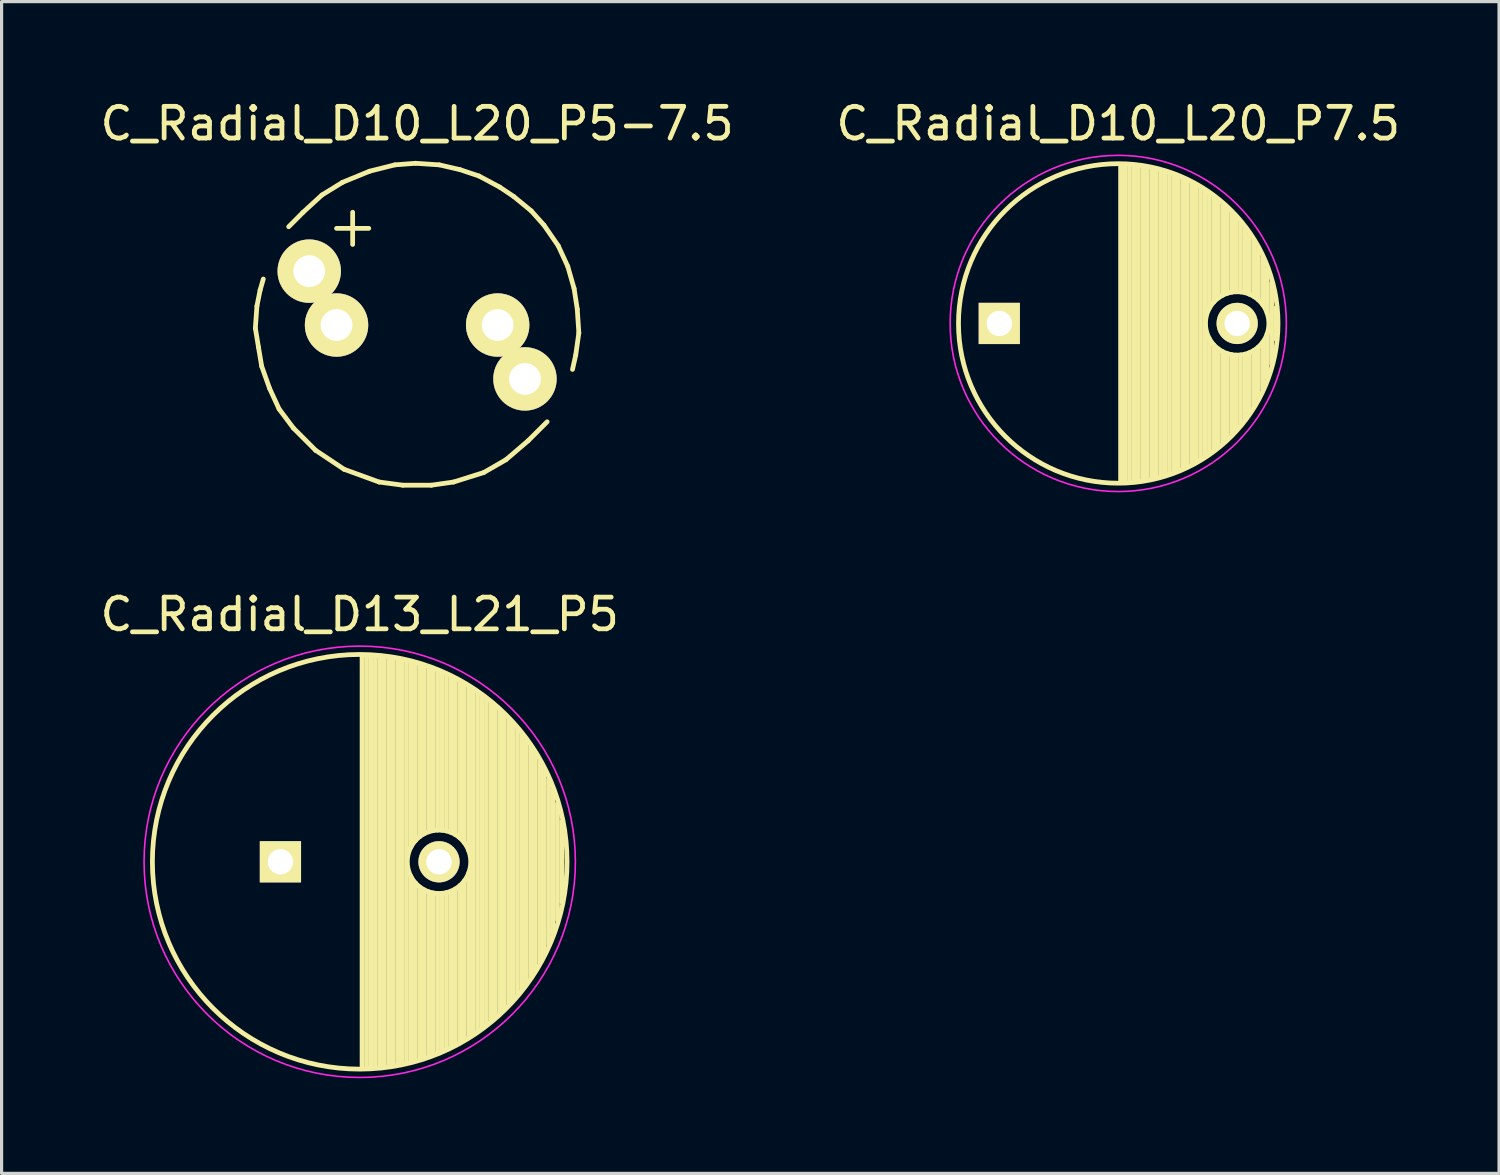
<source format=kicad_pcb>
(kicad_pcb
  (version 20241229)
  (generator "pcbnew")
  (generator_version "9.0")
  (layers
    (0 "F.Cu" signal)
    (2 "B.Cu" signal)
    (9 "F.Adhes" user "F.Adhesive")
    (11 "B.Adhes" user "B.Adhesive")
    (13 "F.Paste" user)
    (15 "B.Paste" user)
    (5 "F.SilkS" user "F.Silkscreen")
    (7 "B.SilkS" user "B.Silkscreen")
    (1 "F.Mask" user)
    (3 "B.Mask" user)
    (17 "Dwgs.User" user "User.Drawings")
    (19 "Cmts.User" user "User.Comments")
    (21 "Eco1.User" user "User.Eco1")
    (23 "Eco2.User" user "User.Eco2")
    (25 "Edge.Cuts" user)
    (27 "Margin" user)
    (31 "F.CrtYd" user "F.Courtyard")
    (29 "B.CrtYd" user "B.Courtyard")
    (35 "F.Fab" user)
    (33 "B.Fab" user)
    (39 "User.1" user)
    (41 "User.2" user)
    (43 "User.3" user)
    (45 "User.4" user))
  (footprint "C_Radial_D10_L20_P5-7.5"
    (layer "F.Cu")
    (at 10.101 7.198)
    (property "Reference" "C_Radial_D10_L20_P5-7.5" (at 0 -6.35 0) (layer "F.SilkS") (effects (font (size 1 1) (thickness 0.15))))
    (attr through_hole)
    (fp_line (start -5.1 0.099) (end -5.001 0.701) (stroke (width 0.15) (type solid)) (layer "F.SilkS"))
    (fp_line (start -5.05 -0.599) (end -5.1 0.099) (stroke (width 0.15) (type solid)) (layer "F.SilkS"))
    (fp_line (start -5.001 0.701) (end -4.9 1.3) (stroke (width 0.15) (type solid)) (layer "F.SilkS"))
    (fp_line (start -4.95 -1.1) (end -5.05 -0.599) (stroke (width 0.15) (type solid)) (layer "F.SilkS"))
    (fp_line (start -4.9 1.3) (end -4.651 1.999) (stroke (width 0.15) (type solid)) (layer "F.SilkS"))
    (fp_line (start -4.849 -1.45) (end -4.95 -1.1) (stroke (width 0.15) (type solid)) (layer "F.SilkS"))
    (fp_line (start -4.651 1.999) (end -4.351 2.649) (stroke (width 0.15) (type solid)) (layer "F.SilkS"))
    (fp_line (start -4.351 2.649) (end -3.899 3.251) (stroke (width 0.15) (type solid)) (layer "F.SilkS"))
    (fp_line (start -3.899 3.251) (end -3.2 3.95) (stroke (width 0.15) (type solid)) (layer "F.SilkS"))
    (fp_line (start -3.599 -3.551) (end -4.049 -3.099) (stroke (width 0.15) (type solid)) (layer "F.SilkS"))
    (fp_line (start -3.2 3.95) (end -2.301 4.549) (stroke (width 0.15) (type solid)) (layer "F.SilkS"))
    (fp_line (start -3 -4.1) (end -3.599 -3.551) (stroke (width 0.15) (type solid)) (layer "F.SilkS"))
    (fp_line (start -2.54 -3.048) (end -1.524 -3.048) (stroke (width 0.15) (type solid)) (layer "F.SilkS"))
    (fp_line (start -2.349 -4.501) (end -3 -4.1) (stroke (width 0.15) (type solid)) (layer "F.SilkS"))
    (fp_line (start -2.301 4.549) (end -1.199 4.95) (stroke (width 0.15) (type solid)) (layer "F.SilkS"))
    (fp_line (start -2.032 -3.556) (end -2.032 -2.54) (stroke (width 0.15) (type solid)) (layer "F.SilkS"))
    (fp_line (start -1.501 -4.849) (end -2.349 -4.501) (stroke (width 0.15) (type solid)) (layer "F.SilkS"))
    (fp_line (start -1.199 4.95) (end -0.45 5.05) (stroke (width 0.15) (type solid)) (layer "F.SilkS"))
    (fp_line (start -0.701 -5.05) (end -1.501 -4.849) (stroke (width 0.15) (type solid)) (layer "F.SilkS"))
    (fp_line (start -0.45 5.05) (end 0.45 5.05) (stroke (width 0.15) (type solid)) (layer "F.SilkS"))
    (fp_line (start -0.051 -5.1) (end -0.701 -5.05) (stroke (width 0.15) (type solid)) (layer "F.SilkS"))
    (fp_line (start 0.45 5.05) (end 1.151 4.95) (stroke (width 0.15) (type solid)) (layer "F.SilkS"))
    (fp_line (start 0.701 -5.05) (end -0.051 -5.1) (stroke (width 0.15) (type solid)) (layer "F.SilkS"))
    (fp_line (start 1.151 4.95) (end 2.101 4.651) (stroke (width 0.15) (type solid)) (layer "F.SilkS"))
    (fp_line (start 1.349 -4.9) (end 0.701 -5.05) (stroke (width 0.15) (type solid)) (layer "F.SilkS"))
    (fp_line (start 1.951 -4.699) (end 1.349 -4.9) (stroke (width 0.15) (type solid)) (layer "F.SilkS"))
    (fp_line (start 2.101 4.651) (end 2.799 4.249) (stroke (width 0.15) (type solid)) (layer "F.SilkS"))
    (fp_line (start 2.601 -4.351) (end 1.951 -4.699) (stroke (width 0.15) (type solid)) (layer "F.SilkS"))
    (fp_line (start 2.799 4.249) (end 3.5 3.65) (stroke (width 0.15) (type solid)) (layer "F.SilkS"))
    (fp_line (start 3.051 -4.049) (end 2.601 -4.351) (stroke (width 0.15) (type solid)) (layer "F.SilkS"))
    (fp_line (start 3.5 3.65) (end 4.1 3.051) (stroke (width 0.15) (type solid)) (layer "F.SilkS"))
    (fp_line (start 3.599 -3.599) (end 3.051 -4.049) (stroke (width 0.15) (type solid)) (layer "F.SilkS"))
    (fp_line (start 4 -3.15) (end 3.599 -3.599) (stroke (width 0.15) (type solid)) (layer "F.SilkS"))
    (fp_line (start 4.45 -2.499) (end 4 -3.15) (stroke (width 0.15) (type solid)) (layer "F.SilkS"))
    (fp_line (start 4.75 -1.849) (end 4.45 -2.499) (stroke (width 0.15) (type solid)) (layer "F.SilkS"))
    (fp_line (start 4.9 1.4) (end 5.001 0.95) (stroke (width 0.15) (type solid)) (layer "F.SilkS"))
    (fp_line (start 4.95 -1.151) (end 4.75 -1.849) (stroke (width 0.15) (type solid)) (layer "F.SilkS"))
    (fp_line (start 5.001 0.95) (end 5.1 0.249) (stroke (width 0.15) (type solid)) (layer "F.SilkS"))
    (fp_line (start 5.05 -0.5) (end 4.95 -1.151) (stroke (width 0.15) (type solid)) (layer "F.SilkS"))
    (fp_line (start 5.1 0.249) (end 5.05 -0.5) (stroke (width 0.15) (type solid)) (layer "F.SilkS"))
    (pad "1" thru_hole circle (at -3.401 -1.699) (size 1.999 1.999) (drill 1.001) (layers "*.Cu" "*.Mask" "F.SilkS"))
    (pad "1" thru_hole circle (at -2.54 0) (size 1.999 1.999) (drill 1.001) (layers "*.Cu" "*.Mask" "F.SilkS"))
    (pad "2" thru_hole circle (at 2.54 0) (size 1.999 1.999) (drill 1.001) (layers "*.Cu" "*.Mask" "F.SilkS"))
    (pad "2" thru_hole circle (at 3.401 1.699) (size 1.999 1.999) (drill 1.001) (layers "*.Cu" "*.Mask" "F.SilkS")))
  (footprint "C_Radial_D13_L21_P5"
    (layer "F.Cu")
    (at 5.792 24.122)
    (property "Reference" "C_Radial_D13_L21_P5" (at 2.5 -7.8 0) (layer "F.SilkS") (effects (font (size 1 1) (thickness 0.15))))
    (attr through_hole)
    (fp_line (start 2.575 -6.5) (end 2.575 6.5) (stroke (width 0.15) (type solid)) (layer "F.SilkS"))
    (fp_line (start 2.715 -6.496) (end 2.715 6.496) (stroke (width 0.15) (type solid)) (layer "F.SilkS"))
    (fp_line (start 2.855 -6.49) (end 2.855 6.49) (stroke (width 0.15) (type solid)) (layer "F.SilkS"))
    (fp_line (start 2.995 -6.481) (end 2.995 6.481) (stroke (width 0.15) (type solid)) (layer "F.SilkS"))
    (fp_line (start 3.135 -6.469) (end 3.135 6.469) (stroke (width 0.15) (type solid)) (layer "F.SilkS"))
    (fp_line (start 3.275 -6.454) (end 3.275 6.454) (stroke (width 0.15) (type solid)) (layer "F.SilkS"))
    (fp_line (start 3.415 -6.435) (end 3.415 6.435) (stroke (width 0.15) (type solid)) (layer "F.SilkS"))
    (fp_line (start 3.555 -6.414) (end 3.555 6.414) (stroke (width 0.15) (type solid)) (layer "F.SilkS"))
    (fp_line (start 3.695 -6.389) (end 3.695 6.389) (stroke (width 0.15) (type solid)) (layer "F.SilkS"))
    (fp_line (start 3.835 -6.361) (end 3.835 6.361) (stroke (width 0.15) (type solid)) (layer "F.SilkS"))
    (fp_line (start 3.975 -6.33) (end 3.975 6.33) (stroke (width 0.15) (type solid)) (layer "F.SilkS"))
    (fp_line (start 4.115 -6.296) (end 4.115 -0.466) (stroke (width 0.15) (type solid)) (layer "F.SilkS"))
    (fp_line (start 4.115 0.466) (end 4.115 6.296) (stroke (width 0.15) (type solid)) (layer "F.SilkS"))
    (fp_line (start 4.255 -6.259) (end 4.255 -0.667) (stroke (width 0.15) (type solid)) (layer "F.SilkS"))
    (fp_line (start 4.255 0.667) (end 4.255 6.259) (stroke (width 0.15) (type solid)) (layer "F.SilkS"))
    (fp_line (start 4.395 -6.218) (end 4.395 -0.796) (stroke (width 0.15) (type solid)) (layer "F.SilkS"))
    (fp_line (start 4.395 0.796) (end 4.395 6.218) (stroke (width 0.15) (type solid)) (layer "F.SilkS"))
    (fp_line (start 4.535 -6.173) (end 4.535 -0.885) (stroke (width 0.15) (type solid)) (layer "F.SilkS"))
    (fp_line (start 4.535 0.885) (end 4.535 6.173) (stroke (width 0.15) (type solid)) (layer "F.SilkS"))
    (fp_line (start 4.675 -6.125) (end 4.675 -0.946) (stroke (width 0.15) (type solid)) (layer "F.SilkS"))
    (fp_line (start 4.675 0.946) (end 4.675 6.125) (stroke (width 0.15) (type solid)) (layer "F.SilkS"))
    (fp_line (start 4.815 -6.074) (end 4.815 -0.983) (stroke (width 0.15) (type solid)) (layer "F.SilkS"))
    (fp_line (start 4.815 0.983) (end 4.815 6.074) (stroke (width 0.15) (type solid)) (layer "F.SilkS"))
    (fp_line (start 4.955 -6.019) (end 4.955 -0.999) (stroke (width 0.15) (type solid)) (layer "F.SilkS"))
    (fp_line (start 4.955 0.999) (end 4.955 6.019) (stroke (width 0.15) (type solid)) (layer "F.SilkS"))
    (fp_line (start 5.095 -5.96) (end 5.095 -0.995) (stroke (width 0.15) (type solid)) (layer "F.SilkS"))
    (fp_line (start 5.095 0.995) (end 5.095 5.96) (stroke (width 0.15) (type solid)) (layer "F.SilkS"))
    (fp_line (start 5.235 -5.897) (end 5.235 -0.972) (stroke (width 0.15) (type solid)) (layer "F.SilkS"))
    (fp_line (start 5.235 0.972) (end 5.235 5.897) (stroke (width 0.15) (type solid)) (layer "F.SilkS"))
    (fp_line (start 5.375 -5.83) (end 5.375 -0.927) (stroke (width 0.15) (type solid)) (layer "F.SilkS"))
    (fp_line (start 5.375 0.927) (end 5.375 5.83) (stroke (width 0.15) (type solid)) (layer "F.SilkS"))
    (fp_line (start 5.515 -5.758) (end 5.515 -0.857) (stroke (width 0.15) (type solid)) (layer "F.SilkS"))
    (fp_line (start 5.515 0.857) (end 5.515 5.758) (stroke (width 0.15) (type solid)) (layer "F.SilkS"))
    (fp_line (start 5.655 -5.683) (end 5.655 -0.756) (stroke (width 0.15) (type solid)) (layer "F.SilkS"))
    (fp_line (start 5.655 0.756) (end 5.655 5.683) (stroke (width 0.15) (type solid)) (layer "F.SilkS"))
    (fp_line (start 5.795 -5.603) (end 5.795 -0.607) (stroke (width 0.15) (type solid)) (layer "F.SilkS"))
    (fp_line (start 5.795 0.607) (end 5.795 5.603) (stroke (width 0.15) (type solid)) (layer "F.SilkS"))
    (fp_line (start 5.935 -5.518) (end 5.935 -0.355) (stroke (width 0.15) (type solid)) (layer "F.SilkS"))
    (fp_line (start 5.935 0.355) (end 5.935 5.518) (stroke (width 0.15) (type solid)) (layer "F.SilkS"))
    (fp_line (start 6.075 -5.429) (end 6.075 5.429) (stroke (width 0.15) (type solid)) (layer "F.SilkS"))
    (fp_line (start 6.215 -5.334) (end 6.215 5.334) (stroke (width 0.15) (type solid)) (layer "F.SilkS"))
    (fp_line (start 6.355 -5.233) (end 6.355 5.233) (stroke (width 0.15) (type solid)) (layer "F.SilkS"))
    (fp_line (start 6.495 -5.127) (end 6.495 5.127) (stroke (width 0.15) (type solid)) (layer "F.SilkS"))
    (fp_line (start 6.635 -5.015) (end 6.635 5.015) (stroke (width 0.15) (type solid)) (layer "F.SilkS"))
    (fp_line (start 6.775 -4.896) (end 6.775 4.896) (stroke (width 0.15) (type solid)) (layer "F.SilkS"))
    (fp_line (start 6.915 -4.771) (end 6.915 4.771) (stroke (width 0.15) (type solid)) (layer "F.SilkS"))
    (fp_line (start 7.055 -4.637) (end 7.055 4.637) (stroke (width 0.15) (type solid)) (layer "F.SilkS"))
    (fp_line (start 7.195 -4.495) (end 7.195 4.495) (stroke (width 0.15) (type solid)) (layer "F.SilkS"))
    (fp_line (start 7.335 -4.344) (end 7.335 4.344) (stroke (width 0.15) (type solid)) (layer "F.SilkS"))
    (fp_line (start 7.475 -4.183) (end 7.475 4.183) (stroke (width 0.15) (type solid)) (layer "F.SilkS"))
    (fp_line (start 7.615 -4.011) (end 7.615 4.011) (stroke (width 0.15) (type solid)) (layer "F.SilkS"))
    (fp_line (start 7.755 -3.826) (end 7.755 3.826) (stroke (width 0.15) (type solid)) (layer "F.SilkS"))
    (fp_line (start 7.895 -3.625) (end 7.895 3.625) (stroke (width 0.15) (type solid)) (layer "F.SilkS"))
    (fp_line (start 8.035 -3.408) (end 8.035 3.408) (stroke (width 0.15) (type solid)) (layer "F.SilkS"))
    (fp_line (start 8.175 -3.169) (end 8.175 3.169) (stroke (width 0.15) (type solid)) (layer "F.SilkS"))
    (fp_line (start 8.315 -2.904) (end 8.315 2.904) (stroke (width 0.15) (type solid)) (layer "F.SilkS"))
    (fp_line (start 8.455 -2.605) (end 8.455 2.605) (stroke (width 0.15) (type solid)) (layer "F.SilkS"))
    (fp_line (start 8.595 -2.259) (end 8.595 2.259) (stroke (width 0.15) (type solid)) (layer "F.SilkS"))
    (fp_line (start 8.735 -1.837) (end 8.735 1.837) (stroke (width 0.15) (type solid)) (layer "F.SilkS"))
    (fp_line (start 8.875 -1.269) (end 8.875 1.269) (stroke (width 0.15) (type solid)) (layer "F.SilkS"))
    (fp_circle (center 2.5 0) (end 2.5 -6.537) (stroke (width 0.15) (type solid)) (fill no) (layer "F.SilkS"))
    (fp_circle (center 5 0) (end 5 -1) (stroke (width 0.15) (type solid)) (fill no) (layer "F.SilkS"))
    (fp_circle (center 2.5 0) (end 2.5 -6.8) (stroke (width 0.05) (type solid)) (fill no) (layer "F.CrtYd"))
    (pad "1" thru_hole rect (at 0 0) (size 1.3 1.3) (drill 0.8) (layers "*.Cu" "*.Mask" "F.SilkS"))
    (pad "2" thru_hole circle (at 5 0) (size 1.3 1.3) (drill 0.8) (layers "*.Cu" "*.Mask" "F.SilkS")))
  (footprint "C_Radial_D10_L20_P7.5"
    (layer "F.Cu")
    (at 28.458 7.148)
    (property "Reference" "C_Radial_D10_L20_P7.5" (at 3.75 -6.3 0) (layer "F.SilkS") (effects (font (size 1 1) (thickness 0.15))))
    (attr through_hole)
    (fp_line (start 3.825 -4.999) (end 3.825 4.999) (stroke (width 0.15) (type solid)) (layer "F.SilkS"))
    (fp_line (start 3.965 -4.995) (end 3.965 4.995) (stroke (width 0.15) (type solid)) (layer "F.SilkS"))
    (fp_line (start 4.105 -4.987) (end 4.105 4.987) (stroke (width 0.15) (type solid)) (layer "F.SilkS"))
    (fp_line (start 4.245 -4.975) (end 4.245 4.975) (stroke (width 0.15) (type solid)) (layer "F.SilkS"))
    (fp_line (start 4.385 -4.96) (end 4.385 4.96) (stroke (width 0.15) (type solid)) (layer "F.SilkS"))
    (fp_line (start 4.525 -4.94) (end 4.525 4.94) (stroke (width 0.15) (type solid)) (layer "F.SilkS"))
    (fp_line (start 4.665 -4.916) (end 4.665 4.916) (stroke (width 0.15) (type solid)) (layer "F.SilkS"))
    (fp_line (start 4.805 -4.887) (end 4.805 4.887) (stroke (width 0.15) (type solid)) (layer "F.SilkS"))
    (fp_line (start 4.945 -4.855) (end 4.945 4.855) (stroke (width 0.15) (type solid)) (layer "F.SilkS"))
    (fp_line (start 5.085 -4.818) (end 5.085 4.818) (stroke (width 0.15) (type solid)) (layer "F.SilkS"))
    (fp_line (start 5.225 -4.777) (end 5.225 4.777) (stroke (width 0.15) (type solid)) (layer "F.SilkS"))
    (fp_line (start 5.365 -4.732) (end 5.365 4.732) (stroke (width 0.15) (type solid)) (layer "F.SilkS"))
    (fp_line (start 5.505 -4.682) (end 5.505 4.682) (stroke (width 0.15) (type solid)) (layer "F.SilkS"))
    (fp_line (start 5.645 -4.627) (end 5.645 4.627) (stroke (width 0.15) (type solid)) (layer "F.SilkS"))
    (fp_line (start 5.785 -4.567) (end 5.785 4.567) (stroke (width 0.15) (type solid)) (layer "F.SilkS"))
    (fp_line (start 5.925 -4.502) (end 5.925 4.502) (stroke (width 0.15) (type solid)) (layer "F.SilkS"))
    (fp_line (start 6.065 -4.432) (end 6.065 4.432) (stroke (width 0.15) (type solid)) (layer "F.SilkS"))
    (fp_line (start 6.205 -4.356) (end 6.205 4.356) (stroke (width 0.15) (type solid)) (layer "F.SilkS"))
    (fp_line (start 6.345 -4.274) (end 6.345 4.274) (stroke (width 0.15) (type solid)) (layer "F.SilkS"))
    (fp_line (start 6.485 -4.186) (end 6.485 4.186) (stroke (width 0.15) (type solid)) (layer "F.SilkS"))
    (fp_line (start 6.625 -4.091) (end 6.625 -0.484) (stroke (width 0.15) (type solid)) (layer "F.SilkS"))
    (fp_line (start 6.625 0.484) (end 6.625 4.091) (stroke (width 0.15) (type solid)) (layer "F.SilkS"))
    (fp_line (start 6.765 -3.989) (end 6.765 -0.678) (stroke (width 0.15) (type solid)) (layer "F.SilkS"))
    (fp_line (start 6.765 0.678) (end 6.765 3.989) (stroke (width 0.15) (type solid)) (layer "F.SilkS"))
    (fp_line (start 6.905 -3.879) (end 6.905 -0.804) (stroke (width 0.15) (type solid)) (layer "F.SilkS"))
    (fp_line (start 6.905 0.804) (end 6.905 3.879) (stroke (width 0.15) (type solid)) (layer "F.SilkS"))
    (fp_line (start 7.045 -3.761) (end 7.045 -0.89) (stroke (width 0.15) (type solid)) (layer "F.SilkS"))
    (fp_line (start 7.045 0.89) (end 7.045 3.761) (stroke (width 0.15) (type solid)) (layer "F.SilkS"))
    (fp_line (start 7.185 -3.633) (end 7.185 -0.949) (stroke (width 0.15) (type solid)) (layer "F.SilkS"))
    (fp_line (start 7.185 0.949) (end 7.185 3.633) (stroke (width 0.15) (type solid)) (layer "F.SilkS"))
    (fp_line (start 7.325 -3.496) (end 7.325 -0.985) (stroke (width 0.15) (type solid)) (layer "F.SilkS"))
    (fp_line (start 7.325 0.985) (end 7.325 3.496) (stroke (width 0.15) (type solid)) (layer "F.SilkS"))
    (fp_line (start 7.465 -3.346) (end 7.465 -0.999) (stroke (width 0.15) (type solid)) (layer "F.SilkS"))
    (fp_line (start 7.465 0.999) (end 7.465 3.346) (stroke (width 0.15) (type solid)) (layer "F.SilkS"))
    (fp_line (start 7.605 -3.184) (end 7.605 -0.994) (stroke (width 0.15) (type solid)) (layer "F.SilkS"))
    (fp_line (start 7.605 0.994) (end 7.605 3.184) (stroke (width 0.15) (type solid)) (layer "F.SilkS"))
    (fp_line (start 7.745 -3.007) (end 7.745 -0.97) (stroke (width 0.15) (type solid)) (layer "F.SilkS"))
    (fp_line (start 7.745 0.97) (end 7.745 3.007) (stroke (width 0.15) (type solid)) (layer "F.SilkS"))
    (fp_line (start 7.885 -2.811) (end 7.885 -0.923) (stroke (width 0.15) (type solid)) (layer "F.SilkS"))
    (fp_line (start 7.885 0.923) (end 7.885 2.811) (stroke (width 0.15) (type solid)) (layer "F.SilkS"))
    (fp_line (start 8.025 -2.593) (end 8.025 -0.851) (stroke (width 0.15) (type solid)) (layer "F.SilkS"))
    (fp_line (start 8.025 0.851) (end 8.025 2.593) (stroke (width 0.15) (type solid)) (layer "F.SilkS"))
    (fp_line (start 8.165 -2.347) (end 8.165 -0.747) (stroke (width 0.15) (type solid)) (layer "F.SilkS"))
    (fp_line (start 8.165 0.747) (end 8.165 2.347) (stroke (width 0.15) (type solid)) (layer "F.SilkS"))
    (fp_line (start 8.305 -2.062) (end 8.305 -0.593) (stroke (width 0.15) (type solid)) (layer "F.SilkS"))
    (fp_line (start 8.305 0.593) (end 8.305 2.062) (stroke (width 0.15) (type solid)) (layer "F.SilkS"))
    (fp_line (start 8.445 -1.72) (end 8.445 -0.327) (stroke (width 0.15) (type solid)) (layer "F.SilkS"))
    (fp_line (start 8.445 0.327) (end 8.445 1.72) (stroke (width 0.15) (type solid)) (layer "F.SilkS"))
    (fp_line (start 8.585 -1.274) (end 8.585 1.274) (stroke (width 0.15) (type solid)) (layer "F.SilkS"))
    (fp_line (start 8.725 -0.499) (end 8.725 0.499) (stroke (width 0.15) (type solid)) (layer "F.SilkS"))
    (fp_circle (center 3.75 0) (end 3.75 -5.037) (stroke (width 0.15) (type solid)) (fill no) (layer "F.SilkS"))
    (fp_circle (center 7.5 0) (end 7.5 -1) (stroke (width 0.15) (type solid)) (fill no) (layer "F.SilkS"))
    (fp_circle (center 3.75 0) (end 3.75 -5.3) (stroke (width 0.05) (type solid)) (fill no) (layer "F.CrtYd"))
    (pad "1" thru_hole rect (at 0 0) (size 1.3 1.3) (drill 0.8) (layers "*.Cu" "*.Mask" "F.SilkS"))
    (pad "2" thru_hole circle (at 7.5 0) (size 1.3 1.3) (drill 0.8) (layers "*.Cu" "*.Mask" "F.SilkS")))
  (gr_rect
    (start -3 -3)
    (end 44.214 33.947)
    (stroke (width 0.1) (type default))
    (fill no)
    (layer "Edge.Cuts")))
</source>
